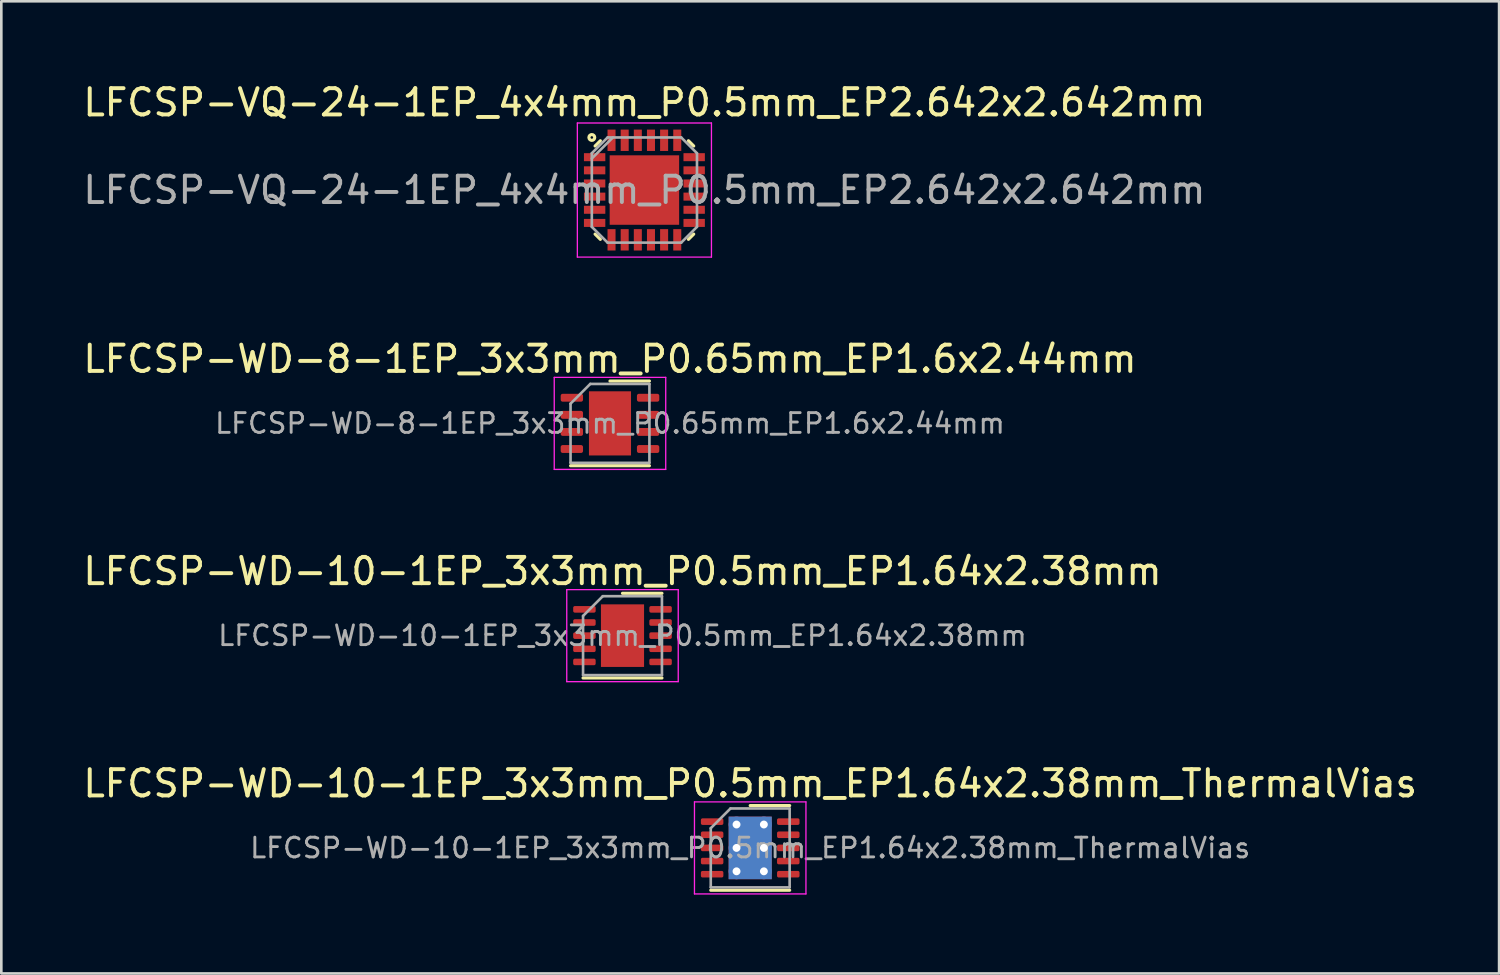
<source format=kicad_pcb>
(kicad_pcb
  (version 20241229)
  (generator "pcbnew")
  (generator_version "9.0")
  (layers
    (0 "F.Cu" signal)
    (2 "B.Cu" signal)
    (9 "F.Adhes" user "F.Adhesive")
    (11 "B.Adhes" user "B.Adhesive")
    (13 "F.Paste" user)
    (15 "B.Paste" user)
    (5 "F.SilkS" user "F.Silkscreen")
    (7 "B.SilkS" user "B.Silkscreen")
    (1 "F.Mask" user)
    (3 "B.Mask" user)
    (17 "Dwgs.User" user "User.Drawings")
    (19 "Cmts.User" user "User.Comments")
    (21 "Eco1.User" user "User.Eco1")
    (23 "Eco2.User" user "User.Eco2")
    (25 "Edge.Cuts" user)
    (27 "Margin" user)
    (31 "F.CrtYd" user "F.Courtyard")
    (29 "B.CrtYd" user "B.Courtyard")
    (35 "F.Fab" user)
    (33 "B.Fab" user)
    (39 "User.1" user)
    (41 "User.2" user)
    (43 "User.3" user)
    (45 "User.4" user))
  (footprint "LFCSP-WD-8-1EP_3x3mm_P0.65mm_EP1.6x2.44mm"
    (layer "F.Cu")
    (at 20.149 13.052)
    (property "Reference" "LFCSP-WD-8-1EP_3x3mm_P0.65mm_EP1.6x2.44mm" (at 0 -2.45 0) (layer "F.SilkS") (effects (font (size 1 1) (thickness 0.15))))
    (attr smd)
    (fp_line (start -1.5 1.61) (end 1.5 1.61) (stroke (width 0.12) (type solid)) (layer "F.SilkS"))
    (fp_line (start 0 -1.61) (end 1.5 -1.61) (stroke (width 0.12) (type solid)) (layer "F.SilkS"))
    (fp_line (start -2.12 -1.75) (end -2.12 1.75) (stroke (width 0.05) (type solid)) (layer "F.CrtYd"))
    (fp_line (start -2.12 1.75) (end 2.12 1.75) (stroke (width 0.05) (type solid)) (layer "F.CrtYd"))
    (fp_line (start 2.12 -1.75) (end -2.12 -1.75) (stroke (width 0.05) (type solid)) (layer "F.CrtYd"))
    (fp_line (start 2.12 1.75) (end 2.12 -1.75) (stroke (width 0.05) (type solid)) (layer "F.CrtYd"))
    (fp_line (start -1.5 -0.75) (end -0.75 -1.5) (stroke (width 0.1) (type solid)) (layer "F.Fab"))
    (fp_line (start -1.5 1.5) (end -1.5 -0.75) (stroke (width 0.1) (type solid)) (layer "F.Fab"))
    (fp_line (start -0.75 -1.5) (end 1.5 -1.5) (stroke (width 0.1) (type solid)) (layer "F.Fab"))
    (fp_line (start 1.5 -1.5) (end 1.5 1.5) (stroke (width 0.1) (type solid)) (layer "F.Fab"))
    (fp_line (start 1.5 1.5) (end -1.5 1.5) (stroke (width 0.1) (type solid)) (layer "F.Fab"))
    (fp_text user "${REFERENCE}" (at 0 0 0) (layer "F.Fab") (effects (font (size 0.75 0.75) (thickness 0.11))))
    (pad "" smd roundrect (at -0.4 -0.81) (size 0.64 0.66) (layers "F.Paste") (roundrect_rratio 0.25))
    (pad "" smd roundrect (at -0.4 0) (size 0.64 0.66) (layers "F.Paste") (roundrect_rratio 0.25))
    (pad "" smd roundrect (at -0.4 0.81) (size 0.64 0.66) (layers "F.Paste") (roundrect_rratio 0.25))
    (pad "" smd roundrect (at 0.4 -0.81) (size 0.64 0.66) (layers "F.Paste") (roundrect_rratio 0.25))
    (pad "" smd roundrect (at 0.4 0) (size 0.64 0.66) (layers "F.Paste") (roundrect_rratio 0.25))
    (pad "" smd roundrect (at 0.4 0.81) (size 0.64 0.66) (layers "F.Paste") (roundrect_rratio 0.25))
    (pad "1" smd roundrect (at -1.45 -0.975) (size 0.85 0.3) (layers "F.Cu" "F.Mask" "F.Paste") (roundrect_rratio 0.25))
    (pad "2" smd roundrect (at -1.45 -0.325) (size 0.85 0.3) (layers "F.Cu" "F.Mask" "F.Paste") (roundrect_rratio 0.25))
    (pad "3" smd roundrect (at -1.45 0.325) (size 0.85 0.3) (layers "F.Cu" "F.Mask" "F.Paste") (roundrect_rratio 0.25))
    (pad "4" smd roundrect (at -1.45 0.975) (size 0.85 0.3) (layers "F.Cu" "F.Mask" "F.Paste") (roundrect_rratio 0.25))
    (pad "5" smd roundrect (at 1.45 0.975) (size 0.85 0.3) (layers "F.Cu" "F.Mask" "F.Paste") (roundrect_rratio 0.25))
    (pad "6" smd roundrect (at 1.45 0.325) (size 0.85 0.3) (layers "F.Cu" "F.Mask" "F.Paste") (roundrect_rratio 0.25))
    (pad "7" smd roundrect (at 1.45 -0.325) (size 0.85 0.3) (layers "F.Cu" "F.Mask" "F.Paste") (roundrect_rratio 0.25))
    (pad "8" smd roundrect (at 1.45 -0.975) (size 0.85 0.3) (layers "F.Cu" "F.Mask" "F.Paste") (roundrect_rratio 0.25))
    (pad "9" smd rect (at 0 0) (size 1.6 2.44) (layers "F.Cu" "F.Mask")))
  (footprint "LFCSP-VQ-24-1EP_4x4mm_P0.5mm_EP2.642x2.642mm"
    (layer "F.Cu")
    (at 21.458 4.178)
    (property "Reference" "LFCSP-VQ-24-1EP_4x4mm_P0.5mm_EP2.642x2.642mm" (at 0 -3.33 0) (layer "F.SilkS") (effects (font (size 1 1) (thickness 0.15))))
    (attr smd)
    (fp_line (start -1.675 -1.875) (end -1.875 -1.675) (stroke (width 0.12) (type solid)) (layer "F.SilkS"))
    (fp_line (start -1.675 1.875) (end -1.875 1.675) (stroke (width 0.12) (type solid)) (layer "F.SilkS"))
    (fp_line (start 1.675 1.875) (end 1.875 1.675) (stroke (width 0.12) (type solid)) (layer "F.SilkS"))
    (fp_line (start 1.875 -1.675) (end 1.675 -1.875) (stroke (width 0.12) (type solid)) (layer "F.SilkS"))
    (fp_circle (center -2 -2) (end -2.05 -2) (stroke (width 0.12) (type solid)) (fill no) (layer "F.SilkS"))
    (fp_line (start -2.55 -2.55) (end -2.55 2.55) (stroke (width 0.05) (type solid)) (layer "F.CrtYd"))
    (fp_line (start -2.55 -2.55) (end 2.55 -2.55) (stroke (width 0.05) (type solid)) (layer "F.CrtYd"))
    (fp_line (start -2.55 2.55) (end 2.55 2.55) (stroke (width 0.05) (type solid)) (layer "F.CrtYd"))
    (fp_line (start 2.55 -2.55) (end 2.55 2.55) (stroke (width 0.05) (type solid)) (layer "F.CrtYd"))
    (fp_line (start -2 -1.4) (end -1.4 -2) (stroke (width 0.1) (type solid)) (layer "F.Fab"))
    (fp_line (start -2 1.4) (end -2 -1.4) (stroke (width 0.1) (type solid)) (layer "F.Fab"))
    (fp_line (start -2 1.4) (end -1.4 2) (stroke (width 0.1) (type solid)) (layer "F.Fab"))
    (fp_line (start -1.4 -2) (end 1.4 -2) (stroke (width 0.1) (type solid)) (layer "F.Fab"))
    (fp_line (start -1.2 -2) (end -2 -1.2) (stroke (width 0.1) (type solid)) (layer "F.Fab"))
    (fp_line (start 1.4 -2) (end 2 -1.4) (stroke (width 0.1) (type solid)) (layer "F.Fab"))
    (fp_line (start 1.4 2) (end -1.4 2) (stroke (width 0.1) (type solid)) (layer "F.Fab"))
    (fp_line (start 1.4 2) (end 2 1.4) (stroke (width 0.1) (type solid)) (layer "F.Fab"))
    (fp_line (start 2 -1.4) (end 2 1.4) (stroke (width 0.1) (type solid)) (layer "F.Fab"))
    (fp_text user "${REFERENCE}" (at 0 0 0) (layer "F.Fab") (effects (font (size 1 1) (thickness 0.15))))
    (pad "" smd rect (at -0.65 -0.65) (size 1.05 1.05) (layers "F.Paste"))
    (pad "" smd rect (at -0.65 0.65) (size 1.05 1.05) (layers "F.Paste"))
    (pad "" smd rect (at 0.65 -0.65) (size 1.05 1.05) (layers "F.Paste"))
    (pad "" smd rect (at 0.65 0.65) (size 1.05 1.05) (layers "F.Paste"))
    (pad "1" smd rect (at -1.893 -1.25) (size 0.813 0.305) (layers "F.Cu" "F.Mask" "F.Paste"))
    (pad "2" smd rect (at -1.893 -0.75) (size 0.813 0.305) (layers "F.Cu" "F.Mask" "F.Paste"))
    (pad "3" smd rect (at -1.893 -0.25) (size 0.813 0.305) (layers "F.Cu" "F.Mask" "F.Paste"))
    (pad "4" smd rect (at -1.893 0.25) (size 0.813 0.305) (layers "F.Cu" "F.Mask" "F.Paste"))
    (pad "5" smd rect (at -1.893 0.75) (size 0.813 0.305) (layers "F.Cu" "F.Mask" "F.Paste"))
    (pad "6" smd rect (at -1.893 1.25) (size 0.813 0.305) (layers "F.Cu" "F.Mask" "F.Paste"))
    (pad "7" smd rect (at -1.25 1.893 90) (size 0.813 0.305) (layers "F.Cu" "F.Mask" "F.Paste"))
    (pad "8" smd rect (at -0.75 1.893 90) (size 0.813 0.305) (layers "F.Cu" "F.Mask" "F.Paste"))
    (pad "9" smd rect (at -0.25 1.893 90) (size 0.813 0.305) (layers "F.Cu" "F.Mask" "F.Paste"))
    (pad "10" smd rect (at 0.25 1.893 90) (size 0.813 0.305) (layers "F.Cu" "F.Mask" "F.Paste"))
    (pad "11" smd rect (at 0.75 1.893 90) (size 0.813 0.305) (layers "F.Cu" "F.Mask" "F.Paste"))
    (pad "12" smd rect (at 1.25 1.893 90) (size 0.813 0.305) (layers "F.Cu" "F.Mask" "F.Paste"))
    (pad "13" smd rect (at 1.893 1.25) (size 0.813 0.305) (layers "F.Cu" "F.Mask" "F.Paste"))
    (pad "14" smd rect (at 1.893 0.75) (size 0.813 0.305) (layers "F.Cu" "F.Mask" "F.Paste"))
    (pad "15" smd rect (at 1.893 0.25) (size 0.813 0.305) (layers "F.Cu" "F.Mask" "F.Paste"))
    (pad "16" smd rect (at 1.893 -0.25) (size 0.813 0.305) (layers "F.Cu" "F.Mask" "F.Paste"))
    (pad "17" smd rect (at 1.893 -0.75) (size 0.813 0.305) (layers "F.Cu" "F.Mask" "F.Paste"))
    (pad "18" smd rect (at 1.893 -1.25) (size 0.813 0.305) (layers "F.Cu" "F.Mask" "F.Paste"))
    (pad "19" smd rect (at 1.25 -1.893 90) (size 0.813 0.305) (layers "F.Cu" "F.Mask" "F.Paste"))
    (pad "20" smd rect (at 0.75 -1.893 90) (size 0.813 0.305) (layers "F.Cu" "F.Mask" "F.Paste"))
    (pad "21" smd rect (at 0.25 -1.893 90) (size 0.813 0.305) (layers "F.Cu" "F.Mask" "F.Paste"))
    (pad "22" smd rect (at -0.25 -1.893 90) (size 0.813 0.305) (layers "F.Cu" "F.Mask" "F.Paste"))
    (pad "23" smd rect (at -0.75 -1.893 90) (size 0.813 0.305) (layers "F.Cu" "F.Mask" "F.Paste"))
    (pad "24" smd rect (at -1.25 -1.893 90) (size 0.813 0.305) (layers "F.Cu" "F.Mask" "F.Paste"))
    (pad "25" smd rect (at 0 0) (size 2.642 2.642) (layers "F.Cu" "F.Mask")))
  (footprint "LFCSP-WD-10-1EP_3x3mm_P0.5mm_EP1.64x2.38mm"
    (layer "F.Cu")
    (at 20.625 21.125)
    (property "Reference" "LFCSP-WD-10-1EP_3x3mm_P0.5mm_EP1.64x2.38mm" (at 0 -2.45 0) (layer "F.SilkS") (effects (font (size 1 1) (thickness 0.15))))
    (attr smd)
    (fp_line (start -1.5 1.61) (end 1.5 1.61) (stroke (width 0.12) (type solid)) (layer "F.SilkS"))
    (fp_line (start 0 -1.61) (end 1.5 -1.61) (stroke (width 0.12) (type solid)) (layer "F.SilkS"))
    (fp_line (start -2.12 -1.75) (end -2.12 1.75) (stroke (width 0.05) (type solid)) (layer "F.CrtYd"))
    (fp_line (start -2.12 1.75) (end 2.12 1.75) (stroke (width 0.05) (type solid)) (layer "F.CrtYd"))
    (fp_line (start 2.12 -1.75) (end -2.12 -1.75) (stroke (width 0.05) (type solid)) (layer "F.CrtYd"))
    (fp_line (start 2.12 1.75) (end 2.12 -1.75) (stroke (width 0.05) (type solid)) (layer "F.CrtYd"))
    (fp_line (start -1.5 -0.75) (end -0.75 -1.5) (stroke (width 0.1) (type solid)) (layer "F.Fab"))
    (fp_line (start -1.5 1.5) (end -1.5 -0.75) (stroke (width 0.1) (type solid)) (layer "F.Fab"))
    (fp_line (start -0.75 -1.5) (end 1.5 -1.5) (stroke (width 0.1) (type solid)) (layer "F.Fab"))
    (fp_line (start 1.5 -1.5) (end 1.5 1.5) (stroke (width 0.1) (type solid)) (layer "F.Fab"))
    (fp_line (start 1.5 1.5) (end -1.5 1.5) (stroke (width 0.1) (type solid)) (layer "F.Fab"))
    (fp_text user "${REFERENCE}" (at 0 0 0) (layer "F.Fab") (effects (font (size 0.75 0.75) (thickness 0.11))))
    (pad "" smd roundrect (at -0.41 -0.79) (size 0.66 0.64) (layers "F.Paste") (roundrect_rratio 0.25))
    (pad "" smd roundrect (at -0.41 0) (size 0.66 0.64) (layers "F.Paste") (roundrect_rratio 0.25))
    (pad "" smd roundrect (at -0.41 0.79) (size 0.66 0.64) (layers "F.Paste") (roundrect_rratio 0.25))
    (pad "" smd roundrect (at 0.41 -0.79) (size 0.66 0.64) (layers "F.Paste") (roundrect_rratio 0.25))
    (pad "" smd roundrect (at 0.41 0) (size 0.66 0.64) (layers "F.Paste") (roundrect_rratio 0.25))
    (pad "" smd roundrect (at 0.41 0.79) (size 0.66 0.64) (layers "F.Paste") (roundrect_rratio 0.25))
    (pad "1" smd roundrect (at -1.448 -1) (size 0.855 0.25) (layers "F.Cu" "F.Mask" "F.Paste") (roundrect_rratio 0.25))
    (pad "2" smd roundrect (at -1.448 -0.5) (size 0.855 0.25) (layers "F.Cu" "F.Mask" "F.Paste") (roundrect_rratio 0.25))
    (pad "3" smd roundrect (at -1.448 0) (size 0.855 0.25) (layers "F.Cu" "F.Mask" "F.Paste") (roundrect_rratio 0.25))
    (pad "4" smd roundrect (at -1.448 0.5) (size 0.855 0.25) (layers "F.Cu" "F.Mask" "F.Paste") (roundrect_rratio 0.25))
    (pad "5" smd roundrect (at -1.448 1) (size 0.855 0.25) (layers "F.Cu" "F.Mask" "F.Paste") (roundrect_rratio 0.25))
    (pad "6" smd roundrect (at 1.448 1) (size 0.855 0.25) (layers "F.Cu" "F.Mask" "F.Paste") (roundrect_rratio 0.25))
    (pad "7" smd roundrect (at 1.448 0.5) (size 0.855 0.25) (layers "F.Cu" "F.Mask" "F.Paste") (roundrect_rratio 0.25))
    (pad "8" smd roundrect (at 1.448 0) (size 0.855 0.25) (layers "F.Cu" "F.Mask" "F.Paste") (roundrect_rratio 0.25))
    (pad "9" smd roundrect (at 1.448 -0.5) (size 0.855 0.25) (layers "F.Cu" "F.Mask" "F.Paste") (roundrect_rratio 0.25))
    (pad "10" smd roundrect (at 1.448 -1) (size 0.855 0.25) (layers "F.Cu" "F.Mask" "F.Paste") (roundrect_rratio 0.25))
    (pad "11" smd rect (at 0 0) (size 1.64 2.38) (layers "F.Cu" "F.Mask")))
  (footprint "LFCSP-WD-10-1EP_3x3mm_P0.5mm_EP1.64x2.38mm_ThermalVias"
    (layer "F.Cu")
    (at 25.482 29.198)
    (property "Reference" "LFCSP-WD-10-1EP_3x3mm_P0.5mm_EP1.64x2.38mm_ThermalVias" (at 0 -2.45 0) (layer "F.SilkS") (effects (font (size 1 1) (thickness 0.15))))
    (attr smd)
    (fp_line (start -1.5 1.61) (end 1.5 1.61) (stroke (width 0.12) (type solid)) (layer "F.SilkS"))
    (fp_line (start 0 -1.61) (end 1.5 -1.61) (stroke (width 0.12) (type solid)) (layer "F.SilkS"))
    (fp_line (start -2.12 -1.75) (end -2.12 1.75) (stroke (width 0.05) (type solid)) (layer "F.CrtYd"))
    (fp_line (start -2.12 1.75) (end 2.12 1.75) (stroke (width 0.05) (type solid)) (layer "F.CrtYd"))
    (fp_line (start 2.12 -1.75) (end -2.12 -1.75) (stroke (width 0.05) (type solid)) (layer "F.CrtYd"))
    (fp_line (start 2.12 1.75) (end 2.12 -1.75) (stroke (width 0.05) (type solid)) (layer "F.CrtYd"))
    (fp_line (start -1.5 -0.75) (end -0.75 -1.5) (stroke (width 0.1) (type solid)) (layer "F.Fab"))
    (fp_line (start -1.5 1.5) (end -1.5 -0.75) (stroke (width 0.1) (type solid)) (layer "F.Fab"))
    (fp_line (start -0.75 -1.5) (end 1.5 -1.5) (stroke (width 0.1) (type solid)) (layer "F.Fab"))
    (fp_line (start 1.5 -1.5) (end 1.5 1.5) (stroke (width 0.1) (type solid)) (layer "F.Fab"))
    (fp_line (start 1.5 1.5) (end -1.5 1.5) (stroke (width 0.1) (type solid)) (layer "F.Fab"))
    (fp_text user "${REFERENCE}" (at 0 0 0) (layer "F.Fab") (effects (font (size 0.75 0.75) (thickness 0.11))))
    (pad "" smd roundrect (at -0.41 -0.79) (size 0.71 0.69) (layers "F.Paste") (roundrect_rratio 0.25))
    (pad "" smd roundrect (at -0.41 0) (size 0.71 0.69) (layers "F.Paste") (roundrect_rratio 0.25))
    (pad "" smd roundrect (at -0.41 0.79) (size 0.71 0.69) (layers "F.Paste") (roundrect_rratio 0.25))
    (pad "" smd roundrect (at 0.41 -0.79) (size 0.71 0.69) (layers "F.Paste") (roundrect_rratio 0.25))
    (pad "" smd roundrect (at 0.41 0) (size 0.71 0.69) (layers "F.Paste") (roundrect_rratio 0.25))
    (pad "" smd roundrect (at 0.41 0.79) (size 0.71 0.69) (layers "F.Paste") (roundrect_rratio 0.25))
    (pad "1" smd roundrect (at -1.448 -1) (size 0.855 0.25) (layers "F.Cu" "F.Mask" "F.Paste") (roundrect_rratio 0.25))
    (pad "2" smd roundrect (at -1.448 -0.5) (size 0.855 0.25) (layers "F.Cu" "F.Mask" "F.Paste") (roundrect_rratio 0.25))
    (pad "3" smd roundrect (at -1.448 0) (size 0.855 0.25) (layers "F.Cu" "F.Mask" "F.Paste") (roundrect_rratio 0.25))
    (pad "4" smd roundrect (at -1.448 0.5) (size 0.855 0.25) (layers "F.Cu" "F.Mask" "F.Paste") (roundrect_rratio 0.25))
    (pad "5" smd roundrect (at -1.448 1) (size 0.855 0.25) (layers "F.Cu" "F.Mask" "F.Paste") (roundrect_rratio 0.25))
    (pad "6" smd roundrect (at 1.448 1) (size 0.855 0.25) (layers "F.Cu" "F.Mask" "F.Paste") (roundrect_rratio 0.25))
    (pad "7" smd roundrect (at 1.448 0.5) (size 0.855 0.25) (layers "F.Cu" "F.Mask" "F.Paste") (roundrect_rratio 0.25))
    (pad "8" smd roundrect (at 1.448 0) (size 0.855 0.25) (layers "F.Cu" "F.Mask" "F.Paste") (roundrect_rratio 0.25))
    (pad "9" smd roundrect (at 1.448 -0.5) (size 0.855 0.25) (layers "F.Cu" "F.Mask" "F.Paste") (roundrect_rratio 0.25))
    (pad "10" smd roundrect (at 1.448 -1) (size 0.855 0.25) (layers "F.Cu" "F.Mask" "F.Paste") (roundrect_rratio 0.25))
    (pad "11" thru_hole circle (at -0.52 -0.89) (size 0.6 0.6) (drill 0.3) (layers "*.Cu"))
    (pad "11" thru_hole circle (at -0.52 0) (size 0.6 0.6) (drill 0.3) (layers "*.Cu"))
    (pad "11" thru_hole circle (at -0.52 0.89) (size 0.6 0.6) (drill 0.3) (layers "*.Cu"))
    (pad "11" smd rect (at 0 0) (size 1.64 2.38) (layers "F.Cu" "F.Mask"))
    (pad "11" smd rect (at 0 0) (size 1.64 2.38) (layers "B.Cu"))
    (pad "11" thru_hole circle (at 0.52 -0.89) (size 0.6 0.6) (drill 0.3) (layers "*.Cu"))
    (pad "11" thru_hole circle (at 0.52 0) (size 0.6 0.6) (drill 0.3) (layers "*.Cu"))
    (pad "11" thru_hole circle (at 0.52 0.89) (size 0.6 0.6) (drill 0.3) (layers "*.Cu")))
  (gr_rect
    (start -3 -3)
    (end 53.964 33.973)
    (stroke (width 0.1) (type default))
    (fill no)
    (layer "Edge.Cuts")))
</source>
